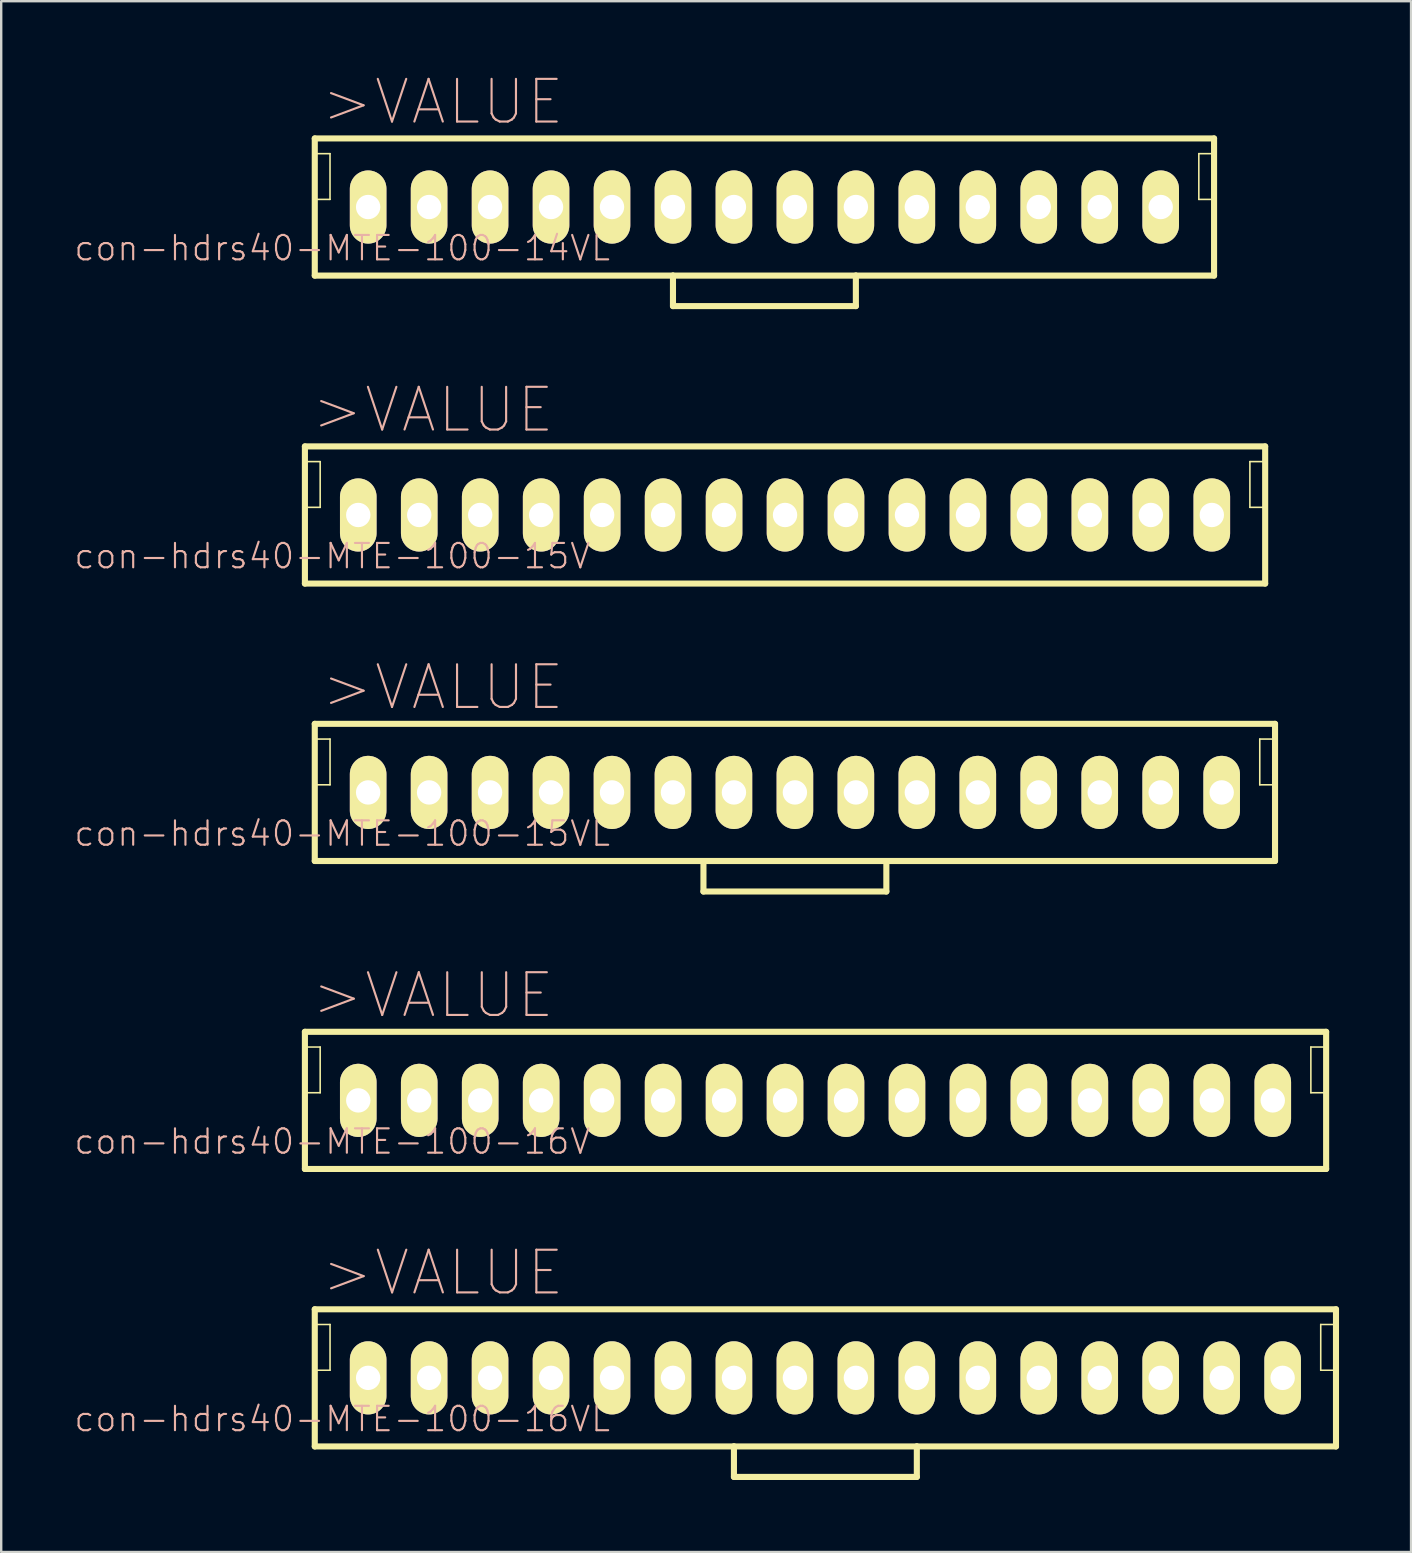
<source format=kicad_pcb>
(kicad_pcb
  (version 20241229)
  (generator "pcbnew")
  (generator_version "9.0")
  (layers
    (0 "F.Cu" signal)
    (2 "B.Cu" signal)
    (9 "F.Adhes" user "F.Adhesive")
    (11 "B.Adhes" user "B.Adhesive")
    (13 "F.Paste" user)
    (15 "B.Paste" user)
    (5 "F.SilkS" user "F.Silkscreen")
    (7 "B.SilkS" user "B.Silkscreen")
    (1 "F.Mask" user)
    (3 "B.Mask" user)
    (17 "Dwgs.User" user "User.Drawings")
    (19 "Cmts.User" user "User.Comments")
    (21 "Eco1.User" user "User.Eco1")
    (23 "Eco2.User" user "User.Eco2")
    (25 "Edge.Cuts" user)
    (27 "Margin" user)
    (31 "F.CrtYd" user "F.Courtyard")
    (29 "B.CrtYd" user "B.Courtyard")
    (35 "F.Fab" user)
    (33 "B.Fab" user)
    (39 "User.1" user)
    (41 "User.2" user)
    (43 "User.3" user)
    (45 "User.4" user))
  (footprint "con-hdrs40-MTE-100-16VL"
    (layer "F.Cu")
    (at 31.337 54.354)
    (property "Reference" "con-hdrs40-MTE-100-16VL" (at -20.13 1.714 0) (layer "B.SilkS") (effects (font (size 1.016 1.016) (thickness 0.089))))
    (attr exclude_from_pos_files exclude_from_bom)
    (fp_line (start -21.273 -2.857) (end -21.273 2.857) (stroke (width 0.254) (type solid)) (layer "F.SilkS"))
    (fp_line (start -21.273 -2.223) (end -20.637 -2.223) (stroke (width 0.066) (type solid)) (layer "F.SilkS"))
    (fp_line (start -21.273 -0.318) (end -21.273 -2.223) (stroke (width 0.066) (type solid)) (layer "F.SilkS"))
    (fp_line (start -21.273 -0.318) (end -20.637 -0.318) (stroke (width 0.066) (type solid)) (layer "F.SilkS"))
    (fp_line (start -21.273 2.857) (end -3.81 2.857) (stroke (width 0.254) (type solid)) (layer "F.SilkS"))
    (fp_line (start -20.637 -0.318) (end -20.637 -2.223) (stroke (width 0.066) (type solid)) (layer "F.SilkS"))
    (fp_line (start -3.81 2.857) (end 3.81 2.857) (stroke (width 0.254) (type solid)) (layer "F.SilkS"))
    (fp_line (start -3.81 4.128) (end -3.81 2.857) (stroke (width 0.254) (type solid)) (layer "F.SilkS"))
    (fp_line (start 3.81 2.857) (end 3.81 4.128) (stroke (width 0.254) (type solid)) (layer "F.SilkS"))
    (fp_line (start 3.81 2.857) (end 21.273 2.857) (stroke (width 0.254) (type solid)) (layer "F.SilkS"))
    (fp_line (start 3.81 4.128) (end -3.81 4.128) (stroke (width 0.254) (type solid)) (layer "F.SilkS"))
    (fp_line (start 20.637 -2.223) (end 21.273 -2.223) (stroke (width 0.066) (type solid)) (layer "F.SilkS"))
    (fp_line (start 20.637 -0.318) (end 20.637 -2.223) (stroke (width 0.066) (type solid)) (layer "F.SilkS"))
    (fp_line (start 20.637 -0.318) (end 21.273 -0.318) (stroke (width 0.066) (type solid)) (layer "F.SilkS"))
    (fp_line (start 21.273 -2.857) (end -21.273 -2.857) (stroke (width 0.254) (type solid)) (layer "F.SilkS"))
    (fp_line (start 21.273 -0.318) (end 21.273 -2.223) (stroke (width 0.066) (type solid)) (layer "F.SilkS"))
    (fp_line (start 21.273 2.857) (end 21.273 -2.857) (stroke (width 0.254) (type solid)) (layer "F.SilkS"))
    (fp_text user ">VALUE" (at -15.936 -4.379 0) (layer "B.SilkS") (effects (font (size 1.778 1.778) (thickness 0.089))))
    (pad "1" thru_hole oval (at -19.05 0) (size 1.524 3.048) (drill 1.016) (layers "*.Cu" "F.Mask" "F.SilkS" "F.Paste"))
    (pad "2" thru_hole oval (at -16.51 0) (size 1.524 3.048) (drill 1.016) (layers "*.Cu" "F.Mask" "F.SilkS" "F.Paste"))
    (pad "3" thru_hole oval (at -13.97 0) (size 1.524 3.048) (drill 1.016) (layers "*.Cu" "F.Mask" "F.SilkS" "F.Paste"))
    (pad "4" thru_hole oval (at -11.43 0) (size 1.524 3.048) (drill 1.016) (layers "*.Cu" "F.Mask" "F.SilkS" "F.Paste"))
    (pad "5" thru_hole oval (at -8.89 0) (size 1.524 3.048) (drill 1.016) (layers "*.Cu" "F.Mask" "F.SilkS" "F.Paste"))
    (pad "6" thru_hole oval (at -6.35 0) (size 1.524 3.048) (drill 1.016) (layers "*.Cu" "F.Mask" "F.SilkS" "F.Paste"))
    (pad "7" thru_hole oval (at -3.81 0) (size 1.524 3.048) (drill 1.016) (layers "*.Cu" "F.Mask" "F.SilkS" "F.Paste"))
    (pad "8" thru_hole oval (at -1.27 0) (size 1.524 3.048) (drill 1.016) (layers "*.Cu" "F.Mask" "F.SilkS" "F.Paste"))
    (pad "9" thru_hole oval (at 1.27 0) (size 1.524 3.048) (drill 1.016) (layers "*.Cu" "F.Mask" "F.SilkS" "F.Paste"))
    (pad "10" thru_hole oval (at 3.81 0) (size 1.524 3.048) (drill 1.016) (layers "*.Cu" "F.Mask" "F.SilkS" "F.Paste"))
    (pad "11" thru_hole oval (at 6.35 0) (size 1.524 3.048) (drill 1.016) (layers "*.Cu" "F.Mask" "F.SilkS" "F.Paste"))
    (pad "12" thru_hole oval (at 8.89 0) (size 1.524 3.048) (drill 1.016) (layers "*.Cu" "F.Mask" "F.SilkS" "F.Paste"))
    (pad "13" thru_hole oval (at 11.43 0) (size 1.524 3.048) (drill 1.016) (layers "*.Cu" "F.Mask" "F.SilkS" "F.Paste"))
    (pad "14" thru_hole oval (at 13.97 0) (size 1.524 3.048) (drill 1.016) (layers "*.Cu" "F.Mask" "F.SilkS" "F.Paste"))
    (pad "15" thru_hole oval (at 16.51 0) (size 1.524 3.048) (drill 1.016) (layers "*.Cu" "F.Mask" "F.SilkS" "F.Paste"))
    (pad "16" thru_hole oval (at 19.05 0) (size 1.524 3.048) (drill 1.016) (layers "*.Cu" "F.Mask" "F.SilkS" "F.Paste")))
  (footprint "con-hdrs40-MTE-100-16V"
    (layer "F.Cu")
    (at 30.926 42.794)
    (property "Reference" "con-hdrs40-MTE-100-16V" (at -20.13 1.714 0) (layer "B.SilkS") (effects (font (size 1.016 1.016) (thickness 0.089))))
    (attr exclude_from_pos_files exclude_from_bom)
    (fp_line (start -21.273 -2.857) (end -21.273 2.857) (stroke (width 0.254) (type solid)) (layer "F.SilkS"))
    (fp_line (start -21.273 -2.223) (end -20.637 -2.223) (stroke (width 0.066) (type solid)) (layer "F.SilkS"))
    (fp_line (start -21.273 -0.318) (end -21.273 -2.223) (stroke (width 0.066) (type solid)) (layer "F.SilkS"))
    (fp_line (start -21.273 -0.318) (end -20.637 -0.318) (stroke (width 0.066) (type solid)) (layer "F.SilkS"))
    (fp_line (start -21.273 2.857) (end 21.273 2.857) (stroke (width 0.254) (type solid)) (layer "F.SilkS"))
    (fp_line (start -20.637 -0.318) (end -20.637 -2.223) (stroke (width 0.066) (type solid)) (layer "F.SilkS"))
    (fp_line (start 20.637 -2.223) (end 21.273 -2.223) (stroke (width 0.066) (type solid)) (layer "F.SilkS"))
    (fp_line (start 20.637 -0.318) (end 20.637 -2.223) (stroke (width 0.066) (type solid)) (layer "F.SilkS"))
    (fp_line (start 20.637 -0.318) (end 21.273 -0.318) (stroke (width 0.066) (type solid)) (layer "F.SilkS"))
    (fp_line (start 21.273 -2.857) (end -21.273 -2.857) (stroke (width 0.254) (type solid)) (layer "F.SilkS"))
    (fp_line (start 21.273 -0.318) (end 21.273 -2.223) (stroke (width 0.066) (type solid)) (layer "F.SilkS"))
    (fp_line (start 21.273 2.857) (end 21.273 -2.857) (stroke (width 0.254) (type solid)) (layer "F.SilkS"))
    (fp_text user ">VALUE" (at -15.936 -4.379 0) (layer "B.SilkS") (effects (font (size 1.778 1.778) (thickness 0.089))))
    (pad "1" thru_hole oval (at -19.05 0) (size 1.524 3.048) (drill 1.016) (layers "*.Cu" "F.Mask" "F.SilkS" "F.Paste"))
    (pad "2" thru_hole oval (at -16.51 0) (size 1.524 3.048) (drill 1.016) (layers "*.Cu" "F.Mask" "F.SilkS" "F.Paste"))
    (pad "3" thru_hole oval (at -13.97 0) (size 1.524 3.048) (drill 1.016) (layers "*.Cu" "F.Mask" "F.SilkS" "F.Paste"))
    (pad "4" thru_hole oval (at -11.43 0) (size 1.524 3.048) (drill 1.016) (layers "*.Cu" "F.Mask" "F.SilkS" "F.Paste"))
    (pad "5" thru_hole oval (at -8.89 0) (size 1.524 3.048) (drill 1.016) (layers "*.Cu" "F.Mask" "F.SilkS" "F.Paste"))
    (pad "6" thru_hole oval (at -6.35 0) (size 1.524 3.048) (drill 1.016) (layers "*.Cu" "F.Mask" "F.SilkS" "F.Paste"))
    (pad "7" thru_hole oval (at -3.81 0) (size 1.524 3.048) (drill 1.016) (layers "*.Cu" "F.Mask" "F.SilkS" "F.Paste"))
    (pad "8" thru_hole oval (at -1.27 0) (size 1.524 3.048) (drill 1.016) (layers "*.Cu" "F.Mask" "F.SilkS" "F.Paste"))
    (pad "9" thru_hole oval (at 1.27 0) (size 1.524 3.048) (drill 1.016) (layers "*.Cu" "F.Mask" "F.SilkS" "F.Paste"))
    (pad "10" thru_hole oval (at 3.81 0) (size 1.524 3.048) (drill 1.016) (layers "*.Cu" "F.Mask" "F.SilkS" "F.Paste"))
    (pad "11" thru_hole oval (at 6.35 0) (size 1.524 3.048) (drill 1.016) (layers "*.Cu" "F.Mask" "F.SilkS" "F.Paste"))
    (pad "12" thru_hole oval (at 8.89 0) (size 1.524 3.048) (drill 1.016) (layers "*.Cu" "F.Mask" "F.SilkS" "F.Paste"))
    (pad "13" thru_hole oval (at 11.43 0) (size 1.524 3.048) (drill 1.016) (layers "*.Cu" "F.Mask" "F.SilkS" "F.Paste"))
    (pad "14" thru_hole oval (at 13.97 0) (size 1.524 3.048) (drill 1.016) (layers "*.Cu" "F.Mask" "F.SilkS" "F.Paste"))
    (pad "15" thru_hole oval (at 16.51 0) (size 1.524 3.048) (drill 1.016) (layers "*.Cu" "F.Mask" "F.SilkS" "F.Paste"))
    (pad "16" thru_hole oval (at 19.05 0) (size 1.524 3.048) (drill 1.016) (layers "*.Cu" "F.Mask" "F.SilkS" "F.Paste")))
  (footprint "con-hdrs40-MTE-100-14VL"
    (layer "F.Cu")
    (at 28.797 5.575)
    (property "Reference" "con-hdrs40-MTE-100-14VL" (at -17.59 1.714 0) (layer "B.SilkS") (effects (font (size 1.016 1.016) (thickness 0.089))))
    (attr exclude_from_pos_files exclude_from_bom)
    (fp_line (start -18.733 -2.857) (end -18.733 2.857) (stroke (width 0.254) (type solid)) (layer "F.SilkS"))
    (fp_line (start -18.733 -2.223) (end -18.098 -2.223) (stroke (width 0.066) (type solid)) (layer "F.SilkS"))
    (fp_line (start -18.733 -0.318) (end -18.733 -2.223) (stroke (width 0.066) (type solid)) (layer "F.SilkS"))
    (fp_line (start -18.733 -0.318) (end -18.098 -0.318) (stroke (width 0.066) (type solid)) (layer "F.SilkS"))
    (fp_line (start -18.733 2.857) (end -3.81 2.857) (stroke (width 0.254) (type solid)) (layer "F.SilkS"))
    (fp_line (start -18.098 -0.318) (end -18.098 -2.223) (stroke (width 0.066) (type solid)) (layer "F.SilkS"))
    (fp_line (start -3.81 2.857) (end 3.81 2.857) (stroke (width 0.254) (type solid)) (layer "F.SilkS"))
    (fp_line (start -3.81 4.128) (end -3.81 2.857) (stroke (width 0.254) (type solid)) (layer "F.SilkS"))
    (fp_line (start 3.81 2.857) (end 3.81 4.128) (stroke (width 0.254) (type solid)) (layer "F.SilkS"))
    (fp_line (start 3.81 2.857) (end 18.733 2.857) (stroke (width 0.254) (type solid)) (layer "F.SilkS"))
    (fp_line (start 3.81 4.128) (end -3.81 4.128) (stroke (width 0.254) (type solid)) (layer "F.SilkS"))
    (fp_line (start 18.098 -2.223) (end 18.733 -2.223) (stroke (width 0.066) (type solid)) (layer "F.SilkS"))
    (fp_line (start 18.098 -0.318) (end 18.098 -2.223) (stroke (width 0.066) (type solid)) (layer "F.SilkS"))
    (fp_line (start 18.098 -0.318) (end 18.733 -0.318) (stroke (width 0.066) (type solid)) (layer "F.SilkS"))
    (fp_line (start 18.733 -2.857) (end -18.733 -2.857) (stroke (width 0.254) (type solid)) (layer "F.SilkS"))
    (fp_line (start 18.733 -0.318) (end 18.733 -2.223) (stroke (width 0.066) (type solid)) (layer "F.SilkS"))
    (fp_line (start 18.733 2.857) (end 18.733 -2.857) (stroke (width 0.254) (type solid)) (layer "F.SilkS"))
    (fp_text user ">VALUE" (at -13.399 -4.379 0) (layer "B.SilkS") (effects (font (size 1.778 1.778) (thickness 0.089))))
    (pad "1" thru_hole oval (at -16.51 0) (size 1.524 3.048) (drill 1.016) (layers "*.Cu" "F.Mask" "F.SilkS" "F.Paste"))
    (pad "2" thru_hole oval (at -13.97 0) (size 1.524 3.048) (drill 1.016) (layers "*.Cu" "F.Mask" "F.SilkS" "F.Paste"))
    (pad "3" thru_hole oval (at -11.43 0) (size 1.524 3.048) (drill 1.016) (layers "*.Cu" "F.Mask" "F.SilkS" "F.Paste"))
    (pad "4" thru_hole oval (at -8.89 0) (size 1.524 3.048) (drill 1.016) (layers "*.Cu" "F.Mask" "F.SilkS" "F.Paste"))
    (pad "5" thru_hole oval (at -6.35 0) (size 1.524 3.048) (drill 1.016) (layers "*.Cu" "F.Mask" "F.SilkS" "F.Paste"))
    (pad "6" thru_hole oval (at -3.81 0) (size 1.524 3.048) (drill 1.016) (layers "*.Cu" "F.Mask" "F.SilkS" "F.Paste"))
    (pad "7" thru_hole oval (at -1.27 0) (size 1.524 3.048) (drill 1.016) (layers "*.Cu" "F.Mask" "F.SilkS" "F.Paste"))
    (pad "8" thru_hole oval (at 1.27 0) (size 1.524 3.048) (drill 1.016) (layers "*.Cu" "F.Mask" "F.SilkS" "F.Paste"))
    (pad "9" thru_hole oval (at 3.81 0) (size 1.524 3.048) (drill 1.016) (layers "*.Cu" "F.Mask" "F.SilkS" "F.Paste"))
    (pad "10" thru_hole oval (at 6.35 0) (size 1.524 3.048) (drill 1.016) (layers "*.Cu" "F.Mask" "F.SilkS" "F.Paste"))
    (pad "11" thru_hole oval (at 8.89 0) (size 1.524 3.048) (drill 1.016) (layers "*.Cu" "F.Mask" "F.SilkS" "F.Paste"))
    (pad "12" thru_hole oval (at 11.43 0) (size 1.524 3.048) (drill 1.016) (layers "*.Cu" "F.Mask" "F.SilkS" "F.Paste"))
    (pad "13" thru_hole oval (at 13.97 0) (size 1.524 3.048) (drill 1.016) (layers "*.Cu" "F.Mask" "F.SilkS" "F.Paste"))
    (pad "14" thru_hole oval (at 16.51 0) (size 1.524 3.048) (drill 1.016) (layers "*.Cu" "F.Mask" "F.SilkS" "F.Paste")))
  (footprint "con-hdrs40-MTE-100-15VL"
    (layer "F.Cu")
    (at 30.067 29.964)
    (property "Reference" "con-hdrs40-MTE-100-15VL" (at -18.86 1.714 0) (layer "B.SilkS") (effects (font (size 1.016 1.016) (thickness 0.089))))
    (attr exclude_from_pos_files exclude_from_bom)
    (fp_line (start -20.003 -2.857) (end -20.003 2.857) (stroke (width 0.254) (type solid)) (layer "F.SilkS"))
    (fp_line (start -20.003 -2.223) (end -19.367 -2.223) (stroke (width 0.066) (type solid)) (layer "F.SilkS"))
    (fp_line (start -20.003 -0.318) (end -20.003 -2.223) (stroke (width 0.066) (type solid)) (layer "F.SilkS"))
    (fp_line (start -20.003 -0.318) (end -19.367 -0.318) (stroke (width 0.066) (type solid)) (layer "F.SilkS"))
    (fp_line (start -20.003 2.857) (end -3.81 2.857) (stroke (width 0.254) (type solid)) (layer "F.SilkS"))
    (fp_line (start -19.367 -0.318) (end -19.367 -2.223) (stroke (width 0.066) (type solid)) (layer "F.SilkS"))
    (fp_line (start -3.81 2.857) (end 3.81 2.857) (stroke (width 0.254) (type solid)) (layer "F.SilkS"))
    (fp_line (start -3.81 4.128) (end -3.81 2.857) (stroke (width 0.254) (type solid)) (layer "F.SilkS"))
    (fp_line (start 3.81 2.857) (end 3.81 4.128) (stroke (width 0.254) (type solid)) (layer "F.SilkS"))
    (fp_line (start 3.81 2.857) (end 20.003 2.857) (stroke (width 0.254) (type solid)) (layer "F.SilkS"))
    (fp_line (start 3.81 4.128) (end -3.81 4.128) (stroke (width 0.254) (type solid)) (layer "F.SilkS"))
    (fp_line (start 19.367 -2.223) (end 20.003 -2.223) (stroke (width 0.066) (type solid)) (layer "F.SilkS"))
    (fp_line (start 19.367 -0.318) (end 19.367 -2.223) (stroke (width 0.066) (type solid)) (layer "F.SilkS"))
    (fp_line (start 19.367 -0.318) (end 20.003 -0.318) (stroke (width 0.066) (type solid)) (layer "F.SilkS"))
    (fp_line (start 20.003 -2.857) (end -20.003 -2.857) (stroke (width 0.254) (type solid)) (layer "F.SilkS"))
    (fp_line (start 20.003 -0.318) (end 20.003 -2.223) (stroke (width 0.066) (type solid)) (layer "F.SilkS"))
    (fp_line (start 20.003 2.857) (end 20.003 -2.857) (stroke (width 0.254) (type solid)) (layer "F.SilkS"))
    (fp_text user ">VALUE" (at -14.668 -4.379 0) (layer "B.SilkS") (effects (font (size 1.778 1.778) (thickness 0.089))))
    (pad "1" thru_hole oval (at -17.78 0) (size 1.524 3.048) (drill 1.016) (layers "*.Cu" "F.Mask" "F.SilkS" "F.Paste"))
    (pad "2" thru_hole oval (at -15.24 0) (size 1.524 3.048) (drill 1.016) (layers "*.Cu" "F.Mask" "F.SilkS" "F.Paste"))
    (pad "3" thru_hole oval (at -12.7 0) (size 1.524 3.048) (drill 1.016) (layers "*.Cu" "F.Mask" "F.SilkS" "F.Paste"))
    (pad "4" thru_hole oval (at -10.16 0) (size 1.524 3.048) (drill 1.016) (layers "*.Cu" "F.Mask" "F.SilkS" "F.Paste"))
    (pad "5" thru_hole oval (at -7.62 0) (size 1.524 3.048) (drill 1.016) (layers "*.Cu" "F.Mask" "F.SilkS" "F.Paste"))
    (pad "6" thru_hole oval (at -5.08 0) (size 1.524 3.048) (drill 1.016) (layers "*.Cu" "F.Mask" "F.SilkS" "F.Paste"))
    (pad "7" thru_hole oval (at -2.54 0) (size 1.524 3.048) (drill 1.016) (layers "*.Cu" "F.Mask" "F.SilkS" "F.Paste"))
    (pad "8" thru_hole oval (at 0 0) (size 1.524 3.048) (drill 1.016) (layers "*.Cu" "F.Mask" "F.SilkS" "F.Paste"))
    (pad "9" thru_hole oval (at 2.54 0) (size 1.524 3.048) (drill 1.016) (layers "*.Cu" "F.Mask" "F.SilkS" "F.Paste"))
    (pad "10" thru_hole oval (at 5.08 0) (size 1.524 3.048) (drill 1.016) (layers "*.Cu" "F.Mask" "F.SilkS" "F.Paste"))
    (pad "11" thru_hole oval (at 7.62 0) (size 1.524 3.048) (drill 1.016) (layers "*.Cu" "F.Mask" "F.SilkS" "F.Paste"))
    (pad "12" thru_hole oval (at 10.16 0) (size 1.524 3.048) (drill 1.016) (layers "*.Cu" "F.Mask" "F.SilkS" "F.Paste"))
    (pad "13" thru_hole oval (at 12.7 0) (size 1.524 3.048) (drill 1.016) (layers "*.Cu" "F.Mask" "F.SilkS" "F.Paste"))
    (pad "14" thru_hole oval (at 15.24 0) (size 1.524 3.048) (drill 1.016) (layers "*.Cu" "F.Mask" "F.SilkS" "F.Paste"))
    (pad "15" thru_hole oval (at 17.78 0) (size 1.524 3.048) (drill 1.016) (layers "*.Cu" "F.Mask" "F.SilkS" "F.Paste")))
  (footprint "con-hdrs40-MTE-100-15V"
    (layer "F.Cu")
    (at 29.656 18.405)
    (property "Reference" "con-hdrs40-MTE-100-15V" (at -18.86 1.714 0) (layer "B.SilkS") (effects (font (size 1.016 1.016) (thickness 0.089))))
    (attr exclude_from_pos_files exclude_from_bom)
    (fp_line (start -20.003 -2.857) (end -20.003 2.857) (stroke (width 0.254) (type solid)) (layer "F.SilkS"))
    (fp_line (start -20.003 -2.223) (end -19.367 -2.223) (stroke (width 0.066) (type solid)) (layer "F.SilkS"))
    (fp_line (start -20.003 -0.318) (end -20.003 -2.223) (stroke (width 0.066) (type solid)) (layer "F.SilkS"))
    (fp_line (start -20.003 -0.318) (end -19.367 -0.318) (stroke (width 0.066) (type solid)) (layer "F.SilkS"))
    (fp_line (start -20.003 2.857) (end 20.003 2.857) (stroke (width 0.254) (type solid)) (layer "F.SilkS"))
    (fp_line (start -19.367 -0.318) (end -19.367 -2.223) (stroke (width 0.066) (type solid)) (layer "F.SilkS"))
    (fp_line (start 19.367 -2.223) (end 20.003 -2.223) (stroke (width 0.066) (type solid)) (layer "F.SilkS"))
    (fp_line (start 19.367 -0.318) (end 19.367 -2.223) (stroke (width 0.066) (type solid)) (layer "F.SilkS"))
    (fp_line (start 19.367 -0.318) (end 20.003 -0.318) (stroke (width 0.066) (type solid)) (layer "F.SilkS"))
    (fp_line (start 20.003 -2.857) (end -20.003 -2.857) (stroke (width 0.254) (type solid)) (layer "F.SilkS"))
    (fp_line (start 20.003 -0.318) (end 20.003 -2.223) (stroke (width 0.066) (type solid)) (layer "F.SilkS"))
    (fp_line (start 20.003 2.857) (end 20.003 -2.857) (stroke (width 0.254) (type solid)) (layer "F.SilkS"))
    (fp_text user ">VALUE" (at -14.668 -4.379 0) (layer "B.SilkS") (effects (font (size 1.778 1.778) (thickness 0.089))))
    (pad "1" thru_hole oval (at -17.78 0) (size 1.524 3.048) (drill 1.016) (layers "*.Cu" "F.Mask" "F.SilkS" "F.Paste"))
    (pad "2" thru_hole oval (at -15.24 0) (size 1.524 3.048) (drill 1.016) (layers "*.Cu" "F.Mask" "F.SilkS" "F.Paste"))
    (pad "3" thru_hole oval (at -12.7 0) (size 1.524 3.048) (drill 1.016) (layers "*.Cu" "F.Mask" "F.SilkS" "F.Paste"))
    (pad "4" thru_hole oval (at -10.16 0) (size 1.524 3.048) (drill 1.016) (layers "*.Cu" "F.Mask" "F.SilkS" "F.Paste"))
    (pad "5" thru_hole oval (at -7.62 0) (size 1.524 3.048) (drill 1.016) (layers "*.Cu" "F.Mask" "F.SilkS" "F.Paste"))
    (pad "6" thru_hole oval (at -5.08 0) (size 1.524 3.048) (drill 1.016) (layers "*.Cu" "F.Mask" "F.SilkS" "F.Paste"))
    (pad "7" thru_hole oval (at -2.54 0) (size 1.524 3.048) (drill 1.016) (layers "*.Cu" "F.Mask" "F.SilkS" "F.Paste"))
    (pad "8" thru_hole oval (at 0 0) (size 1.524 3.048) (drill 1.016) (layers "*.Cu" "F.Mask" "F.SilkS" "F.Paste"))
    (pad "9" thru_hole oval (at 2.54 0) (size 1.524 3.048) (drill 1.016) (layers "*.Cu" "F.Mask" "F.SilkS" "F.Paste"))
    (pad "10" thru_hole oval (at 5.08 0) (size 1.524 3.048) (drill 1.016) (layers "*.Cu" "F.Mask" "F.SilkS" "F.Paste"))
    (pad "11" thru_hole oval (at 7.62 0) (size 1.524 3.048) (drill 1.016) (layers "*.Cu" "F.Mask" "F.SilkS" "F.Paste"))
    (pad "12" thru_hole oval (at 10.16 0) (size 1.524 3.048) (drill 1.016) (layers "*.Cu" "F.Mask" "F.SilkS" "F.Paste"))
    (pad "13" thru_hole oval (at 12.7 0) (size 1.524 3.048) (drill 1.016) (layers "*.Cu" "F.Mask" "F.SilkS" "F.Paste"))
    (pad "14" thru_hole oval (at 15.24 0) (size 1.524 3.048) (drill 1.016) (layers "*.Cu" "F.Mask" "F.SilkS" "F.Paste"))
    (pad "15" thru_hole oval (at 17.78 0) (size 1.524 3.048) (drill 1.016) (layers "*.Cu" "F.Mask" "F.SilkS" "F.Paste")))
  (gr_rect
    (start -3 -3)
    (end 55.737 61.608)
    (stroke (width 0.1) (type default))
    (fill no)
    (layer "Edge.Cuts")))
</source>
